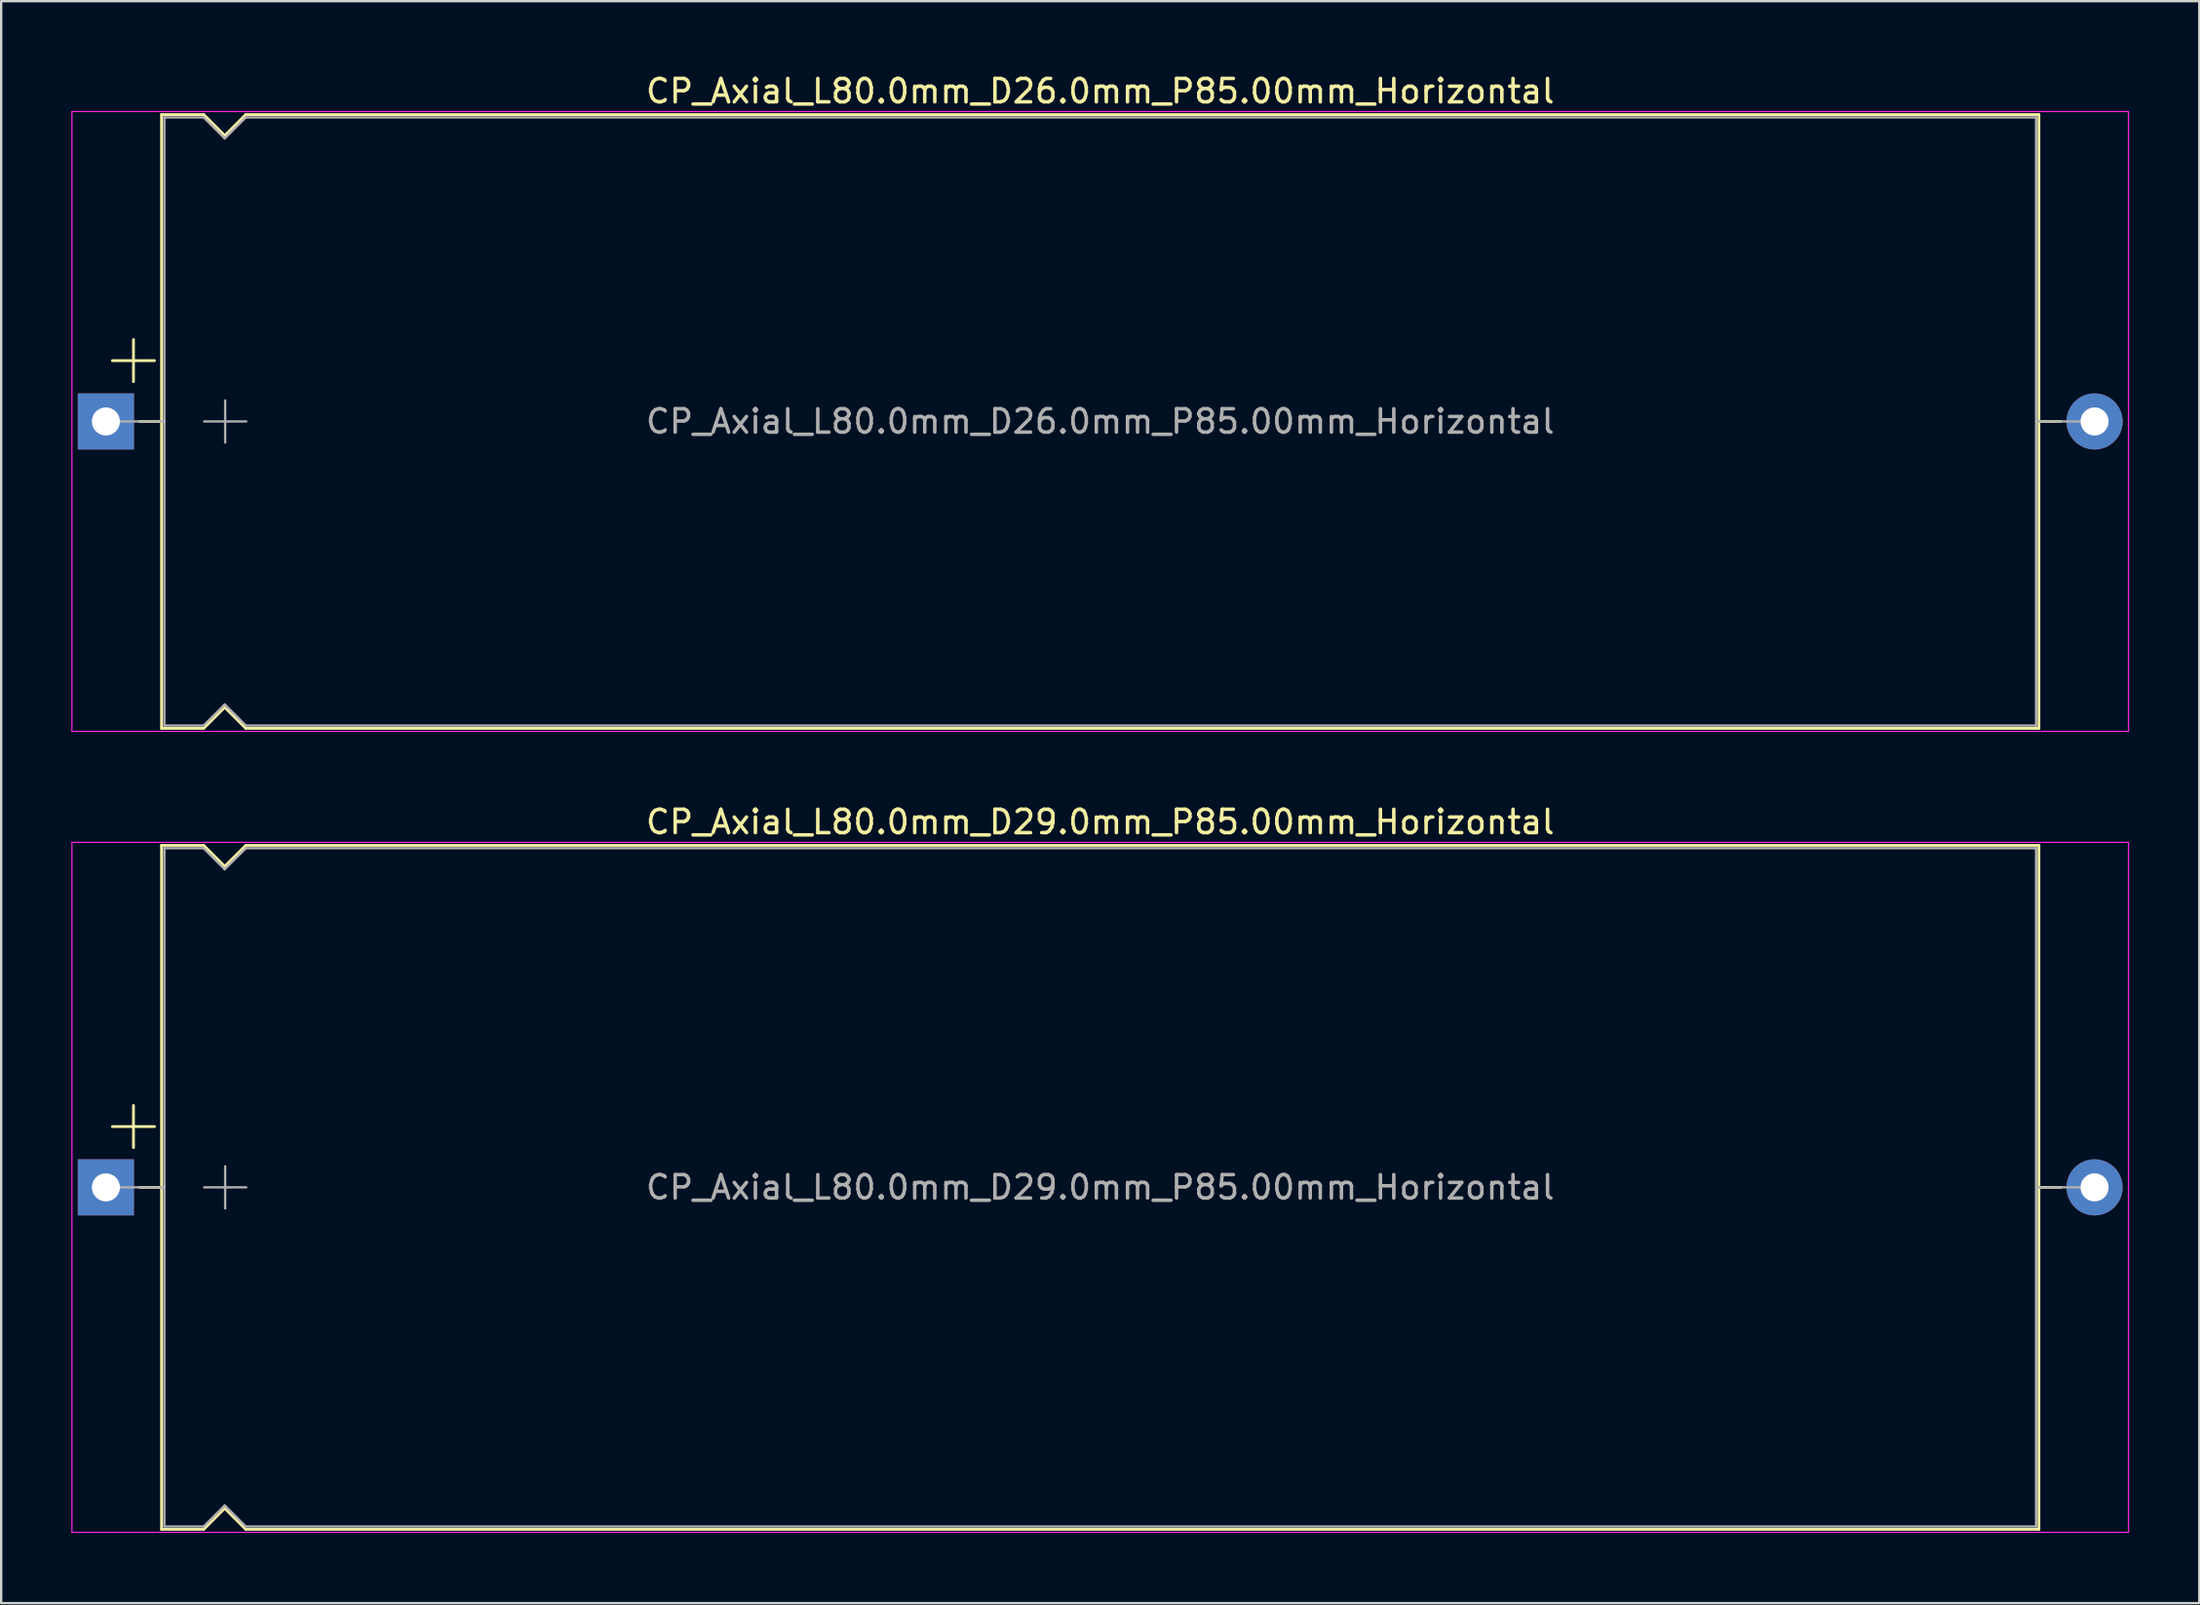
<source format=kicad_pcb>
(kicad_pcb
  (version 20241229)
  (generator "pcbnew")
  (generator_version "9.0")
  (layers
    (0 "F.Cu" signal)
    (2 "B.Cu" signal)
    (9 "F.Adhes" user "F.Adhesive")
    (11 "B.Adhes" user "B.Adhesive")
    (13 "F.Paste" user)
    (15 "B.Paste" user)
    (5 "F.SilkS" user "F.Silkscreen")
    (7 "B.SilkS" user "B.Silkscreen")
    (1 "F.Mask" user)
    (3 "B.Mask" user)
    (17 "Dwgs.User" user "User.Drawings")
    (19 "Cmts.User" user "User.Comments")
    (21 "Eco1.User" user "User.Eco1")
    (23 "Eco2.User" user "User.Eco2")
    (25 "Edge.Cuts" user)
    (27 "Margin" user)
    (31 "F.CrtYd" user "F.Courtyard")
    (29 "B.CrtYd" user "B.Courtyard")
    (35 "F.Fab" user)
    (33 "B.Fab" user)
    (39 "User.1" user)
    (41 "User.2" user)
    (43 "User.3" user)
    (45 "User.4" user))
  (footprint "CP_Axial_L80.0mm_D29.0mm_P85.00mm_Horizontal"
    (layer "F.Cu")
    (at 1.475 47.712)
    (property "Reference" "CP_Axial_L80.0mm_D29.0mm_P85.00mm_Horizontal" (at 42.5 -15.62 0) (layer "F.SilkS") (effects (font (size 1 1) (thickness 0.15))))
    (attr through_hole)
    (fp_line (start 0.28 -2.6) (end 2.08 -2.6) (stroke (width 0.12) (type solid)) (layer "F.SilkS"))
    (fp_line (start 1.18 -3.5) (end 1.18 -1.7) (stroke (width 0.12) (type solid)) (layer "F.SilkS"))
    (fp_line (start 1.44 0) (end 2.38 0) (stroke (width 0.12) (type solid)) (layer "F.SilkS"))
    (fp_line (start 2.38 -14.62) (end 2.38 14.62) (stroke (width 0.12) (type solid)) (layer "F.SilkS"))
    (fp_line (start 2.38 -14.62) (end 4.18 -14.62) (stroke (width 0.12) (type solid)) (layer "F.SilkS"))
    (fp_line (start 2.38 14.62) (end 4.18 14.62) (stroke (width 0.12) (type solid)) (layer "F.SilkS"))
    (fp_line (start 4.18 -14.62) (end 5.08 -13.72) (stroke (width 0.12) (type solid)) (layer "F.SilkS"))
    (fp_line (start 4.18 14.62) (end 5.08 13.72) (stroke (width 0.12) (type solid)) (layer "F.SilkS"))
    (fp_line (start 5.08 -13.72) (end 5.98 -14.62) (stroke (width 0.12) (type solid)) (layer "F.SilkS"))
    (fp_line (start 5.08 13.72) (end 5.98 14.62) (stroke (width 0.12) (type solid)) (layer "F.SilkS"))
    (fp_line (start 5.98 -14.62) (end 82.62 -14.62) (stroke (width 0.12) (type solid)) (layer "F.SilkS"))
    (fp_line (start 5.98 14.62) (end 82.62 14.62) (stroke (width 0.12) (type solid)) (layer "F.SilkS"))
    (fp_line (start 82.62 -14.62) (end 82.62 14.62) (stroke (width 0.12) (type solid)) (layer "F.SilkS"))
    (fp_line (start 83.56 0) (end 82.62 0) (stroke (width 0.12) (type solid)) (layer "F.SilkS"))
    (fp_line (start -1.45 -14.75) (end -1.45 14.75) (stroke (width 0.05) (type solid)) (layer "F.CrtYd"))
    (fp_line (start -1.45 14.75) (end 86.45 14.75) (stroke (width 0.05) (type solid)) (layer "F.CrtYd"))
    (fp_line (start 86.45 -14.75) (end -1.45 -14.75) (stroke (width 0.05) (type solid)) (layer "F.CrtYd"))
    (fp_line (start 86.45 14.75) (end 86.45 -14.75) (stroke (width 0.05) (type solid)) (layer "F.CrtYd"))
    (fp_line (start 0 0) (end 2.5 0) (stroke (width 0.1) (type solid)) (layer "F.Fab"))
    (fp_line (start 2.5 -14.5) (end 2.5 14.5) (stroke (width 0.1) (type solid)) (layer "F.Fab"))
    (fp_line (start 2.5 -14.5) (end 4.18 -14.5) (stroke (width 0.1) (type solid)) (layer "F.Fab"))
    (fp_line (start 2.5 14.5) (end 4.18 14.5) (stroke (width 0.1) (type solid)) (layer "F.Fab"))
    (fp_line (start 4.18 -14.5) (end 5.08 -13.6) (stroke (width 0.1) (type solid)) (layer "F.Fab"))
    (fp_line (start 4.18 14.5) (end 5.08 13.6) (stroke (width 0.1) (type solid)) (layer "F.Fab"))
    (fp_line (start 4.2 0) (end 6 0) (stroke (width 0.1) (type solid)) (layer "F.Fab"))
    (fp_line (start 5.08 -13.6) (end 5.98 -14.5) (stroke (width 0.1) (type solid)) (layer "F.Fab"))
    (fp_line (start 5.08 13.6) (end 5.98 14.5) (stroke (width 0.1) (type solid)) (layer "F.Fab"))
    (fp_line (start 5.1 -0.9) (end 5.1 0.9) (stroke (width 0.1) (type solid)) (layer "F.Fab"))
    (fp_line (start 5.98 -14.5) (end 82.5 -14.5) (stroke (width 0.1) (type solid)) (layer "F.Fab"))
    (fp_line (start 5.98 14.5) (end 82.5 14.5) (stroke (width 0.1) (type solid)) (layer "F.Fab"))
    (fp_line (start 82.5 -14.5) (end 82.5 14.5) (stroke (width 0.1) (type solid)) (layer "F.Fab"))
    (fp_line (start 85 0) (end 82.5 0) (stroke (width 0.1) (type solid)) (layer "F.Fab"))
    (fp_text user "${REFERENCE}" (at 42.5 0 0) (layer "F.Fab") (effects (font (size 1 1) (thickness 0.15))))
    (pad "1" thru_hole rect (at 0 0) (size 2.4 2.4) (drill 1.2) (layers "*.Cu" "*.Mask"))
    (pad "2" thru_hole oval (at 85 0) (size 2.4 2.4) (drill 1.2) (layers "*.Cu" "*.Mask")))
  (footprint "CP_Axial_L80.0mm_D26.0mm_P85.00mm_Horizontal"
    (layer "F.Cu")
    (at 1.475 14.968)
    (property "Reference" "CP_Axial_L80.0mm_D26.0mm_P85.00mm_Horizontal" (at 42.5 -14.12 0) (layer "F.SilkS") (effects (font (size 1 1) (thickness 0.15))))
    (attr through_hole)
    (fp_line (start 0.28 -2.6) (end 2.08 -2.6) (stroke (width 0.12) (type solid)) (layer "F.SilkS"))
    (fp_line (start 1.18 -3.5) (end 1.18 -1.7) (stroke (width 0.12) (type solid)) (layer "F.SilkS"))
    (fp_line (start 1.44 0) (end 2.38 0) (stroke (width 0.12) (type solid)) (layer "F.SilkS"))
    (fp_line (start 2.38 -13.12) (end 2.38 13.12) (stroke (width 0.12) (type solid)) (layer "F.SilkS"))
    (fp_line (start 2.38 -13.12) (end 4.18 -13.12) (stroke (width 0.12) (type solid)) (layer "F.SilkS"))
    (fp_line (start 2.38 13.12) (end 4.18 13.12) (stroke (width 0.12) (type solid)) (layer "F.SilkS"))
    (fp_line (start 4.18 -13.12) (end 5.08 -12.22) (stroke (width 0.12) (type solid)) (layer "F.SilkS"))
    (fp_line (start 4.18 13.12) (end 5.08 12.22) (stroke (width 0.12) (type solid)) (layer "F.SilkS"))
    (fp_line (start 5.08 -12.22) (end 5.98 -13.12) (stroke (width 0.12) (type solid)) (layer "F.SilkS"))
    (fp_line (start 5.08 12.22) (end 5.98 13.12) (stroke (width 0.12) (type solid)) (layer "F.SilkS"))
    (fp_line (start 5.98 -13.12) (end 82.62 -13.12) (stroke (width 0.12) (type solid)) (layer "F.SilkS"))
    (fp_line (start 5.98 13.12) (end 82.62 13.12) (stroke (width 0.12) (type solid)) (layer "F.SilkS"))
    (fp_line (start 82.62 -13.12) (end 82.62 13.12) (stroke (width 0.12) (type solid)) (layer "F.SilkS"))
    (fp_line (start 83.56 0) (end 82.62 0) (stroke (width 0.12) (type solid)) (layer "F.SilkS"))
    (fp_line (start -1.45 -13.25) (end -1.45 13.25) (stroke (width 0.05) (type solid)) (layer "F.CrtYd"))
    (fp_line (start -1.45 13.25) (end 86.45 13.25) (stroke (width 0.05) (type solid)) (layer "F.CrtYd"))
    (fp_line (start 86.45 -13.25) (end -1.45 -13.25) (stroke (width 0.05) (type solid)) (layer "F.CrtYd"))
    (fp_line (start 86.45 13.25) (end 86.45 -13.25) (stroke (width 0.05) (type solid)) (layer "F.CrtYd"))
    (fp_line (start 0 0) (end 2.5 0) (stroke (width 0.1) (type solid)) (layer "F.Fab"))
    (fp_line (start 2.5 -13) (end 2.5 13) (stroke (width 0.1) (type solid)) (layer "F.Fab"))
    (fp_line (start 2.5 -13) (end 4.18 -13) (stroke (width 0.1) (type solid)) (layer "F.Fab"))
    (fp_line (start 2.5 13) (end 4.18 13) (stroke (width 0.1) (type solid)) (layer "F.Fab"))
    (fp_line (start 4.18 -13) (end 5.08 -12.1) (stroke (width 0.1) (type solid)) (layer "F.Fab"))
    (fp_line (start 4.18 13) (end 5.08 12.1) (stroke (width 0.1) (type solid)) (layer "F.Fab"))
    (fp_line (start 4.2 0) (end 6 0) (stroke (width 0.1) (type solid)) (layer "F.Fab"))
    (fp_line (start 5.08 -12.1) (end 5.98 -13) (stroke (width 0.1) (type solid)) (layer "F.Fab"))
    (fp_line (start 5.08 12.1) (end 5.98 13) (stroke (width 0.1) (type solid)) (layer "F.Fab"))
    (fp_line (start 5.1 -0.9) (end 5.1 0.9) (stroke (width 0.1) (type solid)) (layer "F.Fab"))
    (fp_line (start 5.98 -13) (end 82.5 -13) (stroke (width 0.1) (type solid)) (layer "F.Fab"))
    (fp_line (start 5.98 13) (end 82.5 13) (stroke (width 0.1) (type solid)) (layer "F.Fab"))
    (fp_line (start 82.5 -13) (end 82.5 13) (stroke (width 0.1) (type solid)) (layer "F.Fab"))
    (fp_line (start 85 0) (end 82.5 0) (stroke (width 0.1) (type solid)) (layer "F.Fab"))
    (fp_text user "${REFERENCE}" (at 42.5 0 0) (layer "F.Fab") (effects (font (size 1 1) (thickness 0.15))))
    (pad "1" thru_hole rect (at 0 0) (size 2.4 2.4) (drill 1.2) (layers "*.Cu" "*.Mask"))
    (pad "2" thru_hole oval (at 85 0) (size 2.4 2.4) (drill 1.2) (layers "*.Cu" "*.Mask")))
  (gr_rect
    (start -3 -3)
    (end 90.95 65.487)
    (stroke (width 0.1) (type default))
    (fill no)
    (layer "Edge.Cuts")))
</source>
